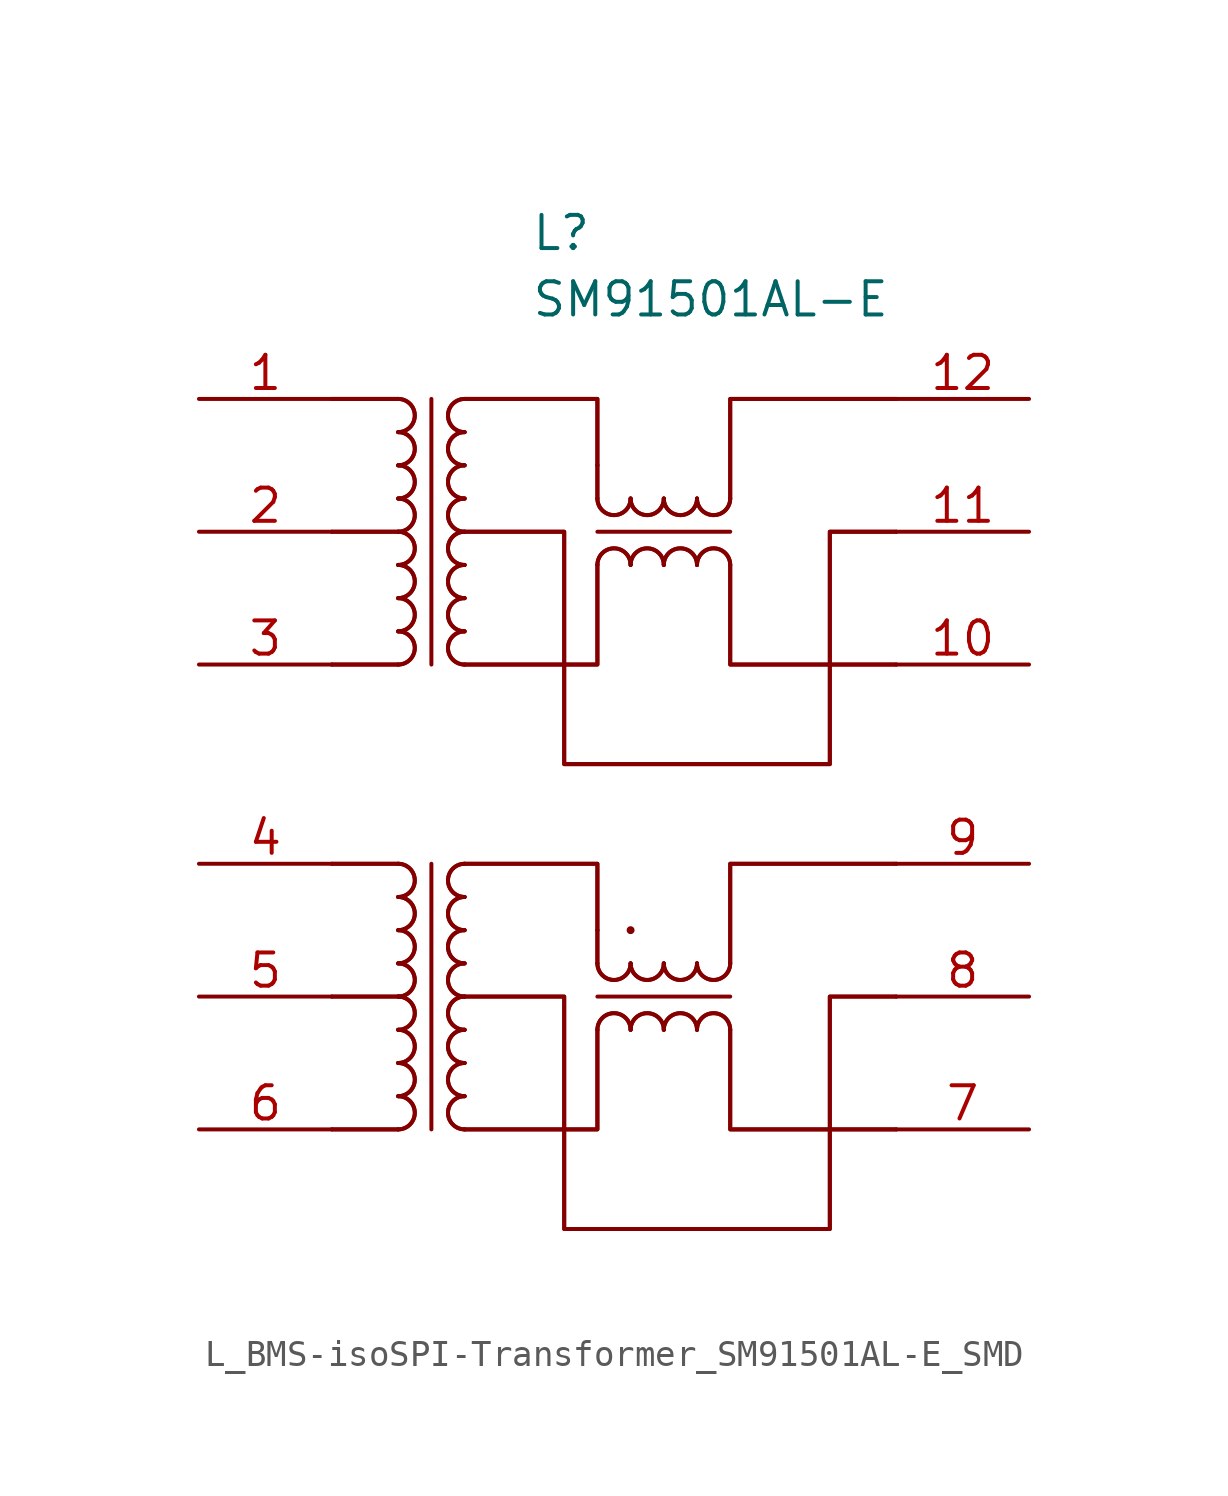
<source format=kicad_sym>
(kicad_symbol_lib
  (version 20241209)
  (generator symbol2library)
  (symbol "L_BMS-isoSPI-Transformer_SM91501AL-E_SMD"
    (pin_names
      (offset 0.762))
    (property "Reference" "L"
      (at -5.08 27.94 0)
      (effects (font (size 1.27 1.27)) (justify left)))
    (property "Value" "SM91501AL-E"
      (at -5.08 25.4 0)
      (effects (font (size 1.27 1.27)) (justify left)))
    (symbol "L_BMS-isoSPI-Transformer_SM91501AL-E_SMD_0_0"
      (pin passive line (at -17.78 21.59 0) (length 5.08) (name "" (effects (font (size 1.27 1.27)))) (number "1" (effects (font (size 1.27 1.27)))))
      (pin passive line (at -17.78 16.51 0) (length 5.08) (name "" (effects (font (size 1.27 1.27)))) (number "2" (effects (font (size 1.27 1.27)))))
      (pin passive line (at -17.78 11.43 0) (length 5.08) (name "" (effects (font (size 1.27 1.27)))) (number "3" (effects (font (size 1.27 1.27)))))
      (pin passive line (at -17.78 3.81 0) (length 5.08) (name "" (effects (font (size 1.27 1.27)))) (number "4" (effects (font (size 1.27 1.27)))))
      (pin passive line (at -17.78 -1.27 0) (length 5.08) (name "" (effects (font (size 1.27 1.27)))) (number "5" (effects (font (size 1.27 1.27)))))
      (pin passive line (at -17.78 -6.35 0) (length 5.08) (name "" (effects (font (size 1.27 1.27)))) (number "6" (effects (font (size 1.27 1.27)))))
      (pin passive line (at 13.97 21.59 180) (length 5.08) (name "" (effects (font (size 1.27 1.27)))) (number "12" (effects (font (size 1.27 1.27)))))
      (pin passive line (at 13.97 16.51 180) (length 5.08) (name "" (effects (font (size 1.27 1.27)))) (number "11" (effects (font (size 1.27 1.27)))))
      (pin passive line (at 13.97 11.43 180) (length 5.08) (name "" (effects (font (size 1.27 1.27)))) (number "10" (effects (font (size 1.27 1.27)))))
      (pin passive line (at 13.97 3.81 180) (length 5.08) (name "" (effects (font (size 1.27 1.27)))) (number "9" (effects (font (size 1.27 1.27)))))
      (pin passive line (at 13.97 -1.27 180) (length 5.08) (name "" (effects (font (size 1.27 1.27)))) (number "8" (effects (font (size 1.27 1.27)))))
      (pin passive line (at 13.97 -6.35 180) (length 5.08) (name "" (effects (font (size 1.27 1.27)))) (number "7" (effects (font (size 1.27 1.27))))))
    (symbol "L_BMS-isoSPI-Transformer_SM91501AL-E_SMD_0_1"
      (arc (start -10.16 21.59) (mid -9.5277 20.955) (end -10.16 20.32) (stroke (width 0) (type default)) (fill (type none)))
      (arc (start -10.16 21.59) (mid -9.5277 20.955) (end -10.16 20.32) (stroke (width 0) (type default)) (fill (type none)))
      (arc (start -10.16 20.32) (mid -9.5277 19.685) (end -10.16 19.05) (stroke (width 0) (type default)) (fill (type none)))
      (arc (start -10.16 20.32) (mid -9.5277 19.685) (end -10.16 19.05) (stroke (width 0) (type default)) (fill (type none)))
      (arc (start -10.16 19.05) (mid -9.5277 18.415) (end -10.16 17.78) (stroke (width 0) (type default)) (fill (type none)))
      (arc (start -10.16 19.05) (mid -9.5277 18.415) (end -10.16 17.78) (stroke (width 0) (type default)) (fill (type none)))
      (arc (start -10.16 17.78) (mid -9.5277 17.145) (end -10.16 16.51) (stroke (width 0) (type default)) (fill (type none)))
      (arc (start -10.16 17.78) (mid -9.5277 17.145) (end -10.16 16.51) (stroke (width 0) (type default)) (fill (type none)))
      (arc (start -10.16 16.51) (mid -9.5277 15.875) (end -10.16 15.24) (stroke (width 0) (type default)) (fill (type none)))
      (arc (start -10.16 16.51) (mid -9.5277 15.875) (end -10.16 15.24) (stroke (width 0) (type default)) (fill (type none)))
      (arc (start -10.16 15.24) (mid -9.5277 14.605) (end -10.16 13.97) (stroke (width 0) (type default)) (fill (type none)))
      (arc (start -10.16 15.24) (mid -9.5277 14.605) (end -10.16 13.97) (stroke (width 0) (type default)) (fill (type none)))
      (arc (start -10.16 13.97) (mid -9.5277 13.335) (end -10.16 12.7) (stroke (width 0) (type default)) (fill (type none)))
      (arc (start -10.16 13.97) (mid -9.5277 13.335) (end -10.16 12.7) (stroke (width 0) (type default)) (fill (type none)))
      (arc (start -10.16 12.7) (mid -9.5277 12.065) (end -10.16 11.43) (stroke (width 0) (type default)) (fill (type none)))
      (arc (start -10.16 12.7) (mid -9.5277 12.065) (end -10.16 11.43) (stroke (width 0) (type default)) (fill (type none)))
      (arc (start -10.16 3.81) (mid -9.5277 3.175) (end -10.16 2.54) (stroke (width 0) (type default)) (fill (type none)))
      (arc (start -10.16 3.81) (mid -9.5277 3.175) (end -10.16 2.54) (stroke (width 0) (type default)) (fill (type none)))
      (arc (start -10.16 2.54) (mid -9.5277 1.905) (end -10.16 1.27) (stroke (width 0) (type default)) (fill (type none)))
      (arc (start -10.16 2.54) (mid -9.5277 1.905) (end -10.16 1.27) (stroke (width 0) (type default)) (fill (type none)))
      (arc (start -10.16 1.27) (mid -9.5277 0.635) (end -10.16 0) (stroke (width 0) (type default)) (fill (type none)))
      (arc (start -10.16 1.27) (mid -9.5277 0.635) (end -10.16 0) (stroke (width 0) (type default)) (fill (type none)))
      (arc (start -10.16 0) (mid -9.5277 -0.635) (end -10.16 -1.27) (stroke (width 0) (type default)) (fill (type none)))
      (arc (start -10.16 0) (mid -9.5277 -0.635) (end -10.16 -1.27) (stroke (width 0) (type default)) (fill (type none)))
      (arc (start -10.16 -1.27) (mid -9.5277 -1.905) (end -10.16 -2.54) (stroke (width 0) (type default)) (fill (type none)))
      (arc (start -10.16 -1.27) (mid -9.5277 -1.905) (end -10.16 -2.54) (stroke (width 0) (type default)) (fill (type none)))
      (arc (start -10.16 -2.54) (mid -9.5277 -3.175) (end -10.16 -3.81) (stroke (width 0) (type default)) (fill (type none)))
      (arc (start -10.16 -2.54) (mid -9.5277 -3.175) (end -10.16 -3.81) (stroke (width 0) (type default)) (fill (type none)))
      (arc (start -10.16 -3.81) (mid -9.5277 -4.445) (end -10.16 -5.08) (stroke (width 0) (type default)) (fill (type none)))
      (arc (start -10.16 -3.81) (mid -9.5277 -4.445) (end -10.16 -5.08) (stroke (width 0) (type default)) (fill (type none)))
      (arc (start -10.16 -5.08) (mid -9.5277 -5.715) (end -10.16 -6.35) (stroke (width 0) (type default)) (fill (type none)))
      (arc (start -10.16 -5.08) (mid -9.5277 -5.715) (end -10.16 -6.35) (stroke (width 0) (type default)) (fill (type none)))
      (polyline (pts (xy -10.16 21.59) (xy -12.7 21.59)) (stroke (width 0) (type default)) (fill (type none)))
      (polyline (pts (xy -10.16 21.59) (xy -12.7 21.59)) (stroke (width 0) (type default)) (fill (type none)))
      (polyline (pts (xy -10.16 16.51) (xy -12.7 16.51)) (stroke (width 0) (type default)) (fill (type none)))
      (polyline (pts (xy -10.16 16.51) (xy -12.7 16.51)) (stroke (width 0) (type default)) (fill (type none)))
      (polyline (pts (xy -10.16 11.43) (xy -12.7 11.43)) (stroke (width 0) (type default)) (fill (type none)))
      (polyline (pts (xy -10.16 11.43) (xy -12.7 11.43)) (stroke (width 0) (type default)) (fill (type none)))
      (polyline (pts (xy -10.16 3.81) (xy -12.7 3.81)) (stroke (width 0) (type default)) (fill (type none)))
      (polyline (pts (xy -10.16 3.81) (xy -12.7 3.81)) (stroke (width 0) (type default)) (fill (type none)))
      (polyline (pts (xy -10.16 -1.27) (xy -12.7 -1.27)) (stroke (width 0) (type default)) (fill (type none)))
      (polyline (pts (xy -10.16 -1.27) (xy -12.7 -1.27)) (stroke (width 0) (type default)) (fill (type none)))
      (polyline (pts (xy -10.16 -6.35) (xy -12.7 -6.35)) (stroke (width 0) (type default)) (fill (type none)))
      (polyline (pts (xy -10.16 -6.35) (xy -12.7 -6.35)) (stroke (width 0) (type default)) (fill (type none)))
      (polyline (pts (xy -8.89 21.59) (xy -8.89 11.43)) (stroke (width 0) (type default)) (fill (type none)))
      (polyline (pts (xy -8.89 3.81) (xy -8.89 -6.35)) (stroke (width 0) (type default)) (fill (type none)))
      (polyline (pts (xy -7.62 21.59) (xy -2.54 21.59) (xy -2.54 19.05)) (stroke (width 0) (type default)) (fill (type none)))
      (polyline (pts (xy -7.62 21.59) (xy -2.54 21.59) (xy -2.54 19.05)) (stroke (width 0) (type default)) (fill (type none)))
      (polyline (pts (xy -7.62 16.51) (xy -3.81 16.51) (xy -3.81 7.62) (xy 6.35 7.62) (xy 6.35 16.51) (xy 8.89 16.51)) (stroke (width 0) (type default)) (fill (type none)))
      (polyline (pts (xy -7.62 16.51) (xy -3.81 16.51) (xy -3.81 7.62) (xy 6.35 7.62) (xy 6.35 16.51) (xy 8.89 16.51)) (stroke (width 0) (type default)) (fill (type none)))
      (polyline (pts (xy -7.62 11.43) (xy -2.54 11.43) (xy -2.54 15.24)) (stroke (width 0) (type default)) (fill (type none)))
      (polyline (pts (xy -7.62 11.43) (xy -2.54 11.43) (xy -2.54 15.24)) (stroke (width 0) (type default)) (fill (type none)))
      (polyline (pts (xy -7.62 3.81) (xy -2.54 3.81) (xy -2.54 1.27)) (stroke (width 0) (type default)) (fill (type none)))
      (polyline (pts (xy -7.62 3.81) (xy -2.54 3.81) (xy -2.54 1.27)) (stroke (width 0) (type default)) (fill (type none)))
      (polyline (pts (xy -7.62 -1.27) (xy -3.81 -1.27) (xy -3.81 -10.16) (xy 6.35 -10.16) (xy 6.35 -1.27) (xy 8.89 -1.27)) (stroke (width 0) (type default)) (fill (type none)))
      (polyline (pts (xy -7.62 -1.27) (xy -3.81 -1.27) (xy -3.81 -10.16) (xy 6.35 -10.16) (xy 6.35 -1.27) (xy 8.89 -1.27)) (stroke (width 0) (type default)) (fill (type none)))
      (polyline (pts (xy -7.62 -6.35) (xy -2.54 -6.35) (xy -2.54 -2.54)) (stroke (width 0) (type default)) (fill (type none)))
      (polyline (pts (xy -7.62 -6.35) (xy -2.54 -6.35) (xy -2.54 -2.54)) (stroke (width 0) (type default)) (fill (type none)))
      (arc (start -7.62 20.32) (mid -8.2523 20.955) (end -7.62 21.59) (stroke (width 0) (type default)) (fill (type none)))
      (arc (start -7.62 20.32) (mid -8.2523 20.955) (end -7.62 21.59) (stroke (width 0) (type default)) (fill (type none)))
      (arc (start -7.62 19.05) (mid -8.2523 19.685) (end -7.62 20.32) (stroke (width 0) (type default)) (fill (type none)))
      (arc (start -7.62 19.05) (mid -8.2523 19.685) (end -7.62 20.32) (stroke (width 0) (type default)) (fill (type none)))
      (arc (start -7.62 17.78) (mid -8.2523 18.415) (end -7.62 19.05) (stroke (width 0) (type default)) (fill (type none)))
      (arc (start -7.62 17.78) (mid -8.2523 18.415) (end -7.62 19.05) (stroke (width 0) (type default)) (fill (type none)))
      (arc (start -7.62 16.51) (mid -8.2523 17.145) (end -7.62 17.78) (stroke (width 0) (type default)) (fill (type none)))
      (arc (start -7.62 16.51) (mid -8.2523 17.145) (end -7.62 17.78) (stroke (width 0) (type default)) (fill (type none)))
      (arc (start -7.62 15.24) (mid -8.2523 15.875) (end -7.62 16.51) (stroke (width 0) (type default)) (fill (type none)))
      (arc (start -7.62 15.24) (mid -8.2523 15.875) (end -7.62 16.51) (stroke (width 0) (type default)) (fill (type none)))
      (arc (start -7.62 13.97) (mid -8.2523 14.605) (end -7.62 15.24) (stroke (width 0) (type default)) (fill (type none)))
      (arc (start -7.62 13.97) (mid -8.2523 14.605) (end -7.62 15.24) (stroke (width 0) (type default)) (fill (type none)))
      (arc (start -7.62 12.7) (mid -8.2523 13.335) (end -7.62 13.97) (stroke (width 0) (type default)) (fill (type none)))
      (arc (start -7.62 12.7) (mid -8.2523 13.335) (end -7.62 13.97) (stroke (width 0) (type default)) (fill (type none)))
      (arc (start -7.62 11.43) (mid -8.2523 12.065) (end -7.62 12.7) (stroke (width 0) (type default)) (fill (type none)))
      (arc (start -7.62 11.43) (mid -8.2523 12.065) (end -7.62 12.7) (stroke (width 0) (type default)) (fill (type none)))
      (arc (start -7.62 2.54) (mid -8.2523 3.175) (end -7.62 3.81) (stroke (width 0) (type default)) (fill (type none)))
      (arc (start -7.62 2.54) (mid -8.2523 3.175) (end -7.62 3.81) (stroke (width 0) (type default)) (fill (type none)))
      (arc (start -7.62 1.27) (mid -8.2523 1.905) (end -7.62 2.54) (stroke (width 0) (type default)) (fill (type none)))
      (arc (start -7.62 1.27) (mid -8.2523 1.905) (end -7.62 2.54) (stroke (width 0) (type default)) (fill (type none)))
      (arc (start -7.62 0) (mid -8.2523 0.635) (end -7.62 1.27) (stroke (width 0) (type default)) (fill (type none)))
      (arc (start -7.62 0) (mid -8.2523 0.635) (end -7.62 1.27) (stroke (width 0) (type default)) (fill (type none)))
      (arc (start -7.62 -1.27) (mid -8.2523 -0.635) (end -7.62 0) (stroke (width 0) (type default)) (fill (type none)))
      (arc (start -7.62 -1.27) (mid -8.2523 -0.635) (end -7.62 0) (stroke (width 0) (type default)) (fill (type none)))
      (arc (start -7.62 -2.54) (mid -8.2523 -1.905) (end -7.62 -1.27) (stroke (width 0) (type default)) (fill (type none)))
      (arc (start -7.62 -2.54) (mid -8.2523 -1.905) (end -7.62 -1.27) (stroke (width 0) (type default)) (fill (type none)))
      (arc (start -7.62 -3.81) (mid -8.2523 -3.175) (end -7.62 -2.54) (stroke (width 0) (type default)) (fill (type none)))
      (arc (start -7.62 -3.81) (mid -8.2523 -3.175) (end -7.62 -2.54) (stroke (width 0) (type default)) (fill (type none)))
      (arc (start -7.62 -5.08) (mid -8.2523 -4.445) (end -7.62 -3.81) (stroke (width 0) (type default)) (fill (type none)))
      (arc (start -7.62 -5.08) (mid -8.2523 -4.445) (end -7.62 -3.81) (stroke (width 0) (type default)) (fill (type none)))
      (arc (start -7.62 -6.35) (mid -8.2523 -5.715) (end -7.62 -5.08) (stroke (width 0) (type default)) (fill (type none)))
      (arc (start -7.62 -6.35) (mid -8.2523 -5.715) (end -7.62 -5.08) (stroke (width 0) (type default)) (fill (type none)))
      (polyline (pts (xy -2.54 19.05) (xy -2.54 17.78)) (stroke (width 0) (type default)) (fill (type none)))
      (polyline (pts (xy -2.54 19.05) (xy -2.54 17.78)) (stroke (width 0) (type default)) (fill (type none)))
      (polyline (pts (xy -2.54 16.51) (xy 2.54 16.51)) (stroke (width 0) (type default)) (fill (type none)))
      (polyline (pts (xy -2.54 1.27) (xy -2.54 0)) (stroke (width 0) (type default)) (fill (type none)))
      (polyline (pts (xy -2.54 1.27) (xy -2.54 0)) (stroke (width 0) (type default)) (fill (type none)))
      (polyline (pts (xy -2.54 -1.27) (xy 2.54 -1.27)) (stroke (width 0) (type default)) (fill (type none)))
      (arc (start -1.27 17.78) (mid -1.905 17.1477) (end -2.54 17.78) (stroke (width 0) (type default)) (fill (type none)))
      (arc (start -1.27 17.78) (mid -1.905 17.1477) (end -2.54 17.78) (stroke (width 0) (type default)) (fill (type none)))
      (arc (start -2.54 15.24) (mid -1.905 15.8723) (end -1.27 15.24) (stroke (width 0) (type default)) (fill (type none)))
      (arc (start -2.54 15.24) (mid -1.905 15.8723) (end -1.27 15.24) (stroke (width 0) (type default)) (fill (type none)))
      (arc (start -1.27 0) (mid -1.905 -0.6323) (end -2.54 0) (stroke (width 0) (type default)) (fill (type none)))
      (arc (start -1.27 0) (mid -1.905 -0.6323) (end -2.54 0) (stroke (width 0) (type default)) (fill (type none)))
      (arc (start -2.54 -2.54) (mid -1.905 -1.9077) (end -1.27 -2.54) (stroke (width 0) (type default)) (fill (type none)))
      (arc (start -2.54 -2.54) (mid -1.905 -1.9077) (end -1.27 -2.54) (stroke (width 0) (type default)) (fill (type none)))
      (circle (center -1.27 1.27) (radius 0.0001) (stroke (width 0) (type default)) (fill (type none)))
      (arc (start 0 17.78) (mid -0.635 17.1477) (end -1.27 17.78) (stroke (width 0) (type default)) (fill (type none)))
      (arc (start 0 17.78) (mid -0.635 17.1477) (end -1.27 17.78) (stroke (width 0) (type default)) (fill (type none)))
      (arc (start -1.27 15.24) (mid -0.635 15.8723) (end 0 15.24) (stroke (width 0) (type default)) (fill (type none)))
      (arc (start -1.27 15.24) (mid -0.635 15.8723) (end 0 15.24) (stroke (width 0) (type default)) (fill (type none)))
      (arc (start 0 0) (mid -0.635 -0.6323) (end -1.27 0) (stroke (width 0) (type default)) (fill (type none)))
      (arc (start 0 0) (mid -0.635 -0.6323) (end -1.27 0) (stroke (width 0) (type default)) (fill (type none)))
      (arc (start -1.27 -2.54) (mid -0.635 -1.9077) (end 0 -2.54) (stroke (width 0) (type default)) (fill (type none)))
      (arc (start -1.27 -2.54) (mid -0.635 -1.9077) (end 0 -2.54) (stroke (width 0) (type default)) (fill (type none)))
      (arc (start 1.27 17.78) (mid 0.635 17.1477) (end 0 17.78) (stroke (width 0) (type default)) (fill (type none)))
      (arc (start 1.27 17.78) (mid 0.635 17.1477) (end 0 17.78) (stroke (width 0) (type default)) (fill (type none)))
      (arc (start 0 15.24) (mid 0.635 15.8723) (end 1.27 15.24) (stroke (width 0) (type default)) (fill (type none)))
      (arc (start 0 15.24) (mid 0.635 15.8723) (end 1.27 15.24) (stroke (width 0) (type default)) (fill (type none)))
      (arc (start 1.27 0) (mid 0.635 -0.6323) (end 0 0) (stroke (width 0) (type default)) (fill (type none)))
      (arc (start 1.27 0) (mid 0.635 -0.6323) (end 0 0) (stroke (width 0) (type default)) (fill (type none)))
      (arc (start 0 -2.54) (mid 0.635 -1.9077) (end 1.27 -2.54) (stroke (width 0) (type default)) (fill (type none)))
      (arc (start 0 -2.54) (mid 0.635 -1.9077) (end 1.27 -2.54) (stroke (width 0) (type default)) (fill (type none)))
      (arc (start 2.54 17.78) (mid 1.905 17.1477) (end 1.27 17.78) (stroke (width 0) (type default)) (fill (type none)))
      (arc (start 2.54 17.78) (mid 1.905 17.1477) (end 1.27 17.78) (stroke (width 0) (type default)) (fill (type none)))
      (arc (start 1.27 15.24) (mid 1.905 15.8723) (end 2.54 15.24) (stroke (width 0) (type default)) (fill (type none)))
      (arc (start 1.27 15.24) (mid 1.905 15.8723) (end 2.54 15.24) (stroke (width 0) (type default)) (fill (type none)))
      (arc (start 2.54 0) (mid 1.905 -0.6323) (end 1.27 0) (stroke (width 0) (type default)) (fill (type none)))
      (arc (start 2.54 0) (mid 1.905 -0.6323) (end 1.27 0) (stroke (width 0) (type default)) (fill (type none)))
      (arc (start 1.27 -2.54) (mid 1.905 -1.9077) (end 2.54 -2.54) (stroke (width 0) (type default)) (fill (type none)))
      (arc (start 1.27 -2.54) (mid 1.905 -1.9077) (end 2.54 -2.54) (stroke (width 0) (type default)) (fill (type none)))
      (polyline (pts (xy 2.54 17.78) (xy 2.54 21.59) (xy 8.89 21.59)) (stroke (width 0) (type default)) (fill (type none)))
      (polyline (pts (xy 2.54 17.78) (xy 2.54 21.59) (xy 8.89 21.59)) (stroke (width 0) (type default)) (fill (type none)))
      (polyline (pts (xy 2.54 15.24) (xy 2.54 11.43) (xy 8.89 11.43)) (stroke (width 0) (type default)) (fill (type none)))
      (polyline (pts (xy 2.54 15.24) (xy 2.54 11.43) (xy 8.89 11.43)) (stroke (width 0) (type default)) (fill (type none)))
      (polyline (pts (xy 2.54 0) (xy 2.54 3.81) (xy 8.89 3.81)) (stroke (width 0) (type default)) (fill (type none)))
      (polyline (pts (xy 2.54 0) (xy 2.54 3.81) (xy 8.89 3.81)) (stroke (width 0) (type default)) (fill (type none)))
      (polyline (pts (xy 2.54 -2.54) (xy 2.54 -6.35) (xy 8.89 -6.35)) (stroke (width 0) (type default)) (fill (type none)))
      (polyline (pts (xy 2.54 -2.54) (xy 2.54 -6.35) (xy 8.89 -6.35)) (stroke (width 0) (type default)) (fill (type none))))))
</source>
